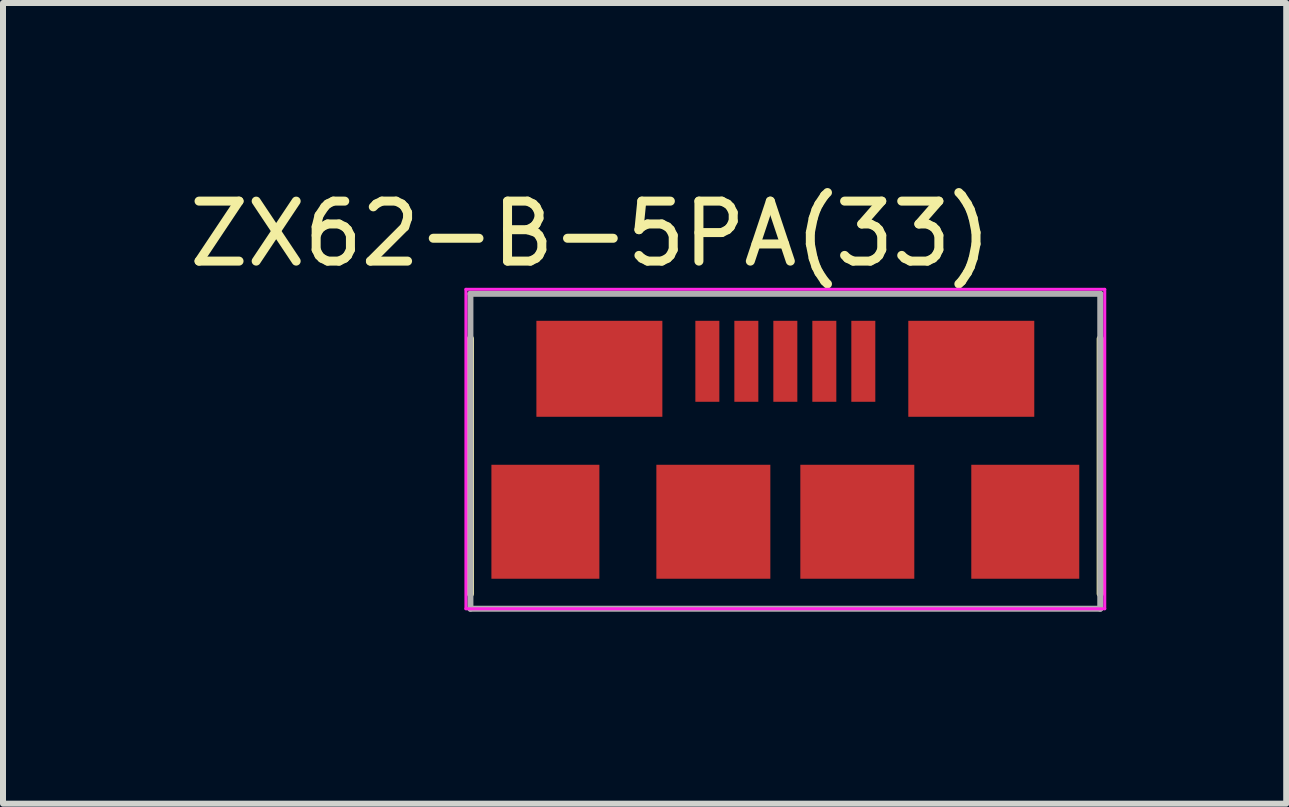
<source format=kicad_pcb>
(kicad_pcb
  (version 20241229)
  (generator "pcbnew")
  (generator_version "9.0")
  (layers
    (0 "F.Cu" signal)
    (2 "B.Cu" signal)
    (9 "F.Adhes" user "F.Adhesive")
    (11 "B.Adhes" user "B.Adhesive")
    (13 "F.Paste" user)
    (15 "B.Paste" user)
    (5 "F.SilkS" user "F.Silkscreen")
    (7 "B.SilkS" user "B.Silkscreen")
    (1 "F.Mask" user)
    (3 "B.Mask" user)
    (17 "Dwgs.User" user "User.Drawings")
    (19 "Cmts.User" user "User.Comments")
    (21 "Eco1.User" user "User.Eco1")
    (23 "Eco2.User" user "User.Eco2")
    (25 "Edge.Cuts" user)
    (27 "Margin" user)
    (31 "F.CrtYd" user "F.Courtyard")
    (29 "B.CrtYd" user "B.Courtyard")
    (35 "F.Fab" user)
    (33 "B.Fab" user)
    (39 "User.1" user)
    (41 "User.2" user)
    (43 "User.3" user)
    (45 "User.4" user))
  (footprint "ZX62-B-5PA(33)"
    (layer "F.Cu")
    (at 10.042 7.098)
    (property "Reference" "ZX62-B-5PA(33)" (at -3.25 -6.25 0) (layer "F.SilkS") (effects (font (size 1 1) (thickness 0.15))))
    (attr through_hole)
    (fp_line (start -5.25 -0.25) (end -5.25 -4.5) (stroke (width 0.12) (type solid)) (layer "F.SilkS"))
    (fp_line (start 5.25 -4.5) (end 5.25 -0.25) (stroke (width 0.12) (type solid)) (layer "F.SilkS"))
    (fp_line (start -5.325 -5.325) (end -5.325 0) (stroke (width 0.05) (type solid)) (layer "F.CrtYd"))
    (fp_line (start -5.325 0) (end 5.325 0) (stroke (width 0.05) (type solid)) (layer "F.CrtYd"))
    (fp_line (start 5.325 -5.325) (end -5.325 -5.325) (stroke (width 0.05) (type solid)) (layer "F.CrtYd"))
    (fp_line (start 5.325 0) (end 5.325 -5.325) (stroke (width 0.05) (type solid)) (layer "F.CrtYd"))
    (fp_line (start -5.25 -5.25) (end 5.25 -5.25) (stroke (width 0.1) (type solid)) (layer "F.Fab"))
    (fp_line (start -5.25 0) (end -5.25 -5.25) (stroke (width 0.1) (type solid)) (layer "F.Fab"))
    (fp_line (start 5.25 -5.25) (end 5.25 0) (stroke (width 0.1) (type solid)) (layer "F.Fab"))
    (fp_line (start 5.25 0) (end -5.25 0) (stroke (width 0.1) (type solid)) (layer "F.Fab"))
    (pad "1" smd rect (at -1.3 -4.125) (size 0.4 1.35) (layers "F.Cu" "F.Mask" "F.Paste"))
    (pad "2" smd rect (at -0.65 -4.125) (size 0.4 1.35) (layers "F.Cu" "F.Mask" "F.Paste"))
    (pad "3" smd rect (at 0 -4.125) (size 0.4 1.35) (layers "F.Cu" "F.Mask" "F.Paste"))
    (pad "4" smd rect (at 0.65 -4.125) (size 0.4 1.35) (layers "F.Cu" "F.Mask" "F.Paste"))
    (pad "5" smd rect (at 1.3 -4.125) (size 0.4 1.35) (layers "F.Cu" "F.Mask" "F.Paste"))
    (pad "6" smd rect (at -4 -1.45) (size 1.8 1.9) (layers "F.Cu" "F.Mask" "F.Paste"))
    (pad "6" smd rect (at -3.1 -4) (size 2.1 1.6) (layers "F.Cu" "F.Mask" "F.Paste"))
    (pad "6" smd rect (at -1.2 -1.45) (size 1.9 1.9) (layers "F.Cu" "F.Mask" "F.Paste"))
    (pad "6" smd rect (at 1.2 -1.45) (size 1.9 1.9) (layers "F.Cu" "F.Mask" "F.Paste"))
    (pad "6" smd rect (at 3.1 -4) (size 2.1 1.6) (layers "F.Cu" "F.Mask" "F.Paste"))
    (pad "6" smd rect (at 4 -1.45) (size 1.8 1.9) (layers "F.Cu" "F.Mask" "F.Paste")))
  (gr_rect
    (start -3 -3)
    (end 18.392 10.348)
    (stroke (width 0.1) (type default))
    (fill no)
    (layer "Edge.Cuts")))
</source>
